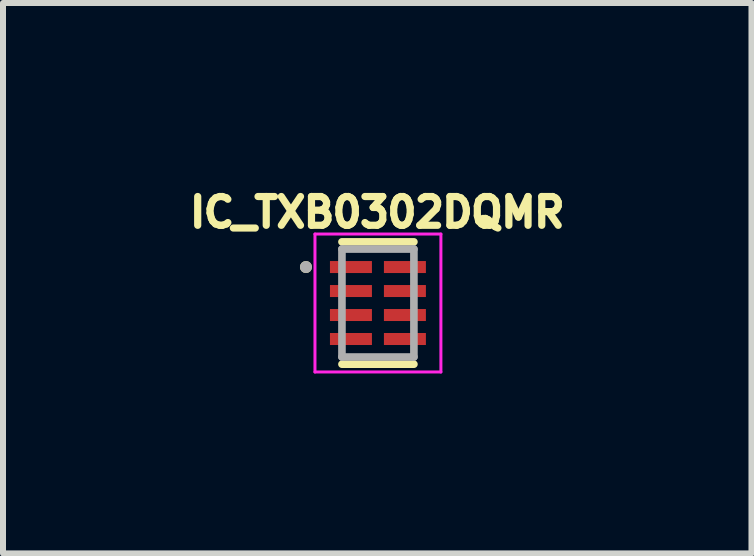
<source format=kicad_pcb>
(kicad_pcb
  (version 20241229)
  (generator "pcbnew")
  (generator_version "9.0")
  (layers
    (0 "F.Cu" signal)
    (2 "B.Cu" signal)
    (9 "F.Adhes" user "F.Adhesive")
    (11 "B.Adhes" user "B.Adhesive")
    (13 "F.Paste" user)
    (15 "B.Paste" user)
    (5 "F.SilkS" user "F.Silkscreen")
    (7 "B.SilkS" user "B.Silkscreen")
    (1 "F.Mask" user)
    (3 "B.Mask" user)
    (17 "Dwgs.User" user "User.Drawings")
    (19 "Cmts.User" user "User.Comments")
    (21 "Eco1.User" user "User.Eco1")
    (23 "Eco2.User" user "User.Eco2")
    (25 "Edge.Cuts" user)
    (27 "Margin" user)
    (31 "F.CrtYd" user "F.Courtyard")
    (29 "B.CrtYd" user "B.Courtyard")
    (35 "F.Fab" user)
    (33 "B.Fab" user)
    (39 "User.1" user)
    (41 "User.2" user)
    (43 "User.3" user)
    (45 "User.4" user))
  (footprint "IC_TXB0302DQMR"
    (layer "F.Cu")
    (at 3.252 2.003)
    (property "Reference" "IC_TXB0302DQMR" (at -0.011 -1.512 0) (layer "F.SilkS") (effects (font (size 0.48 0.48) (thickness 0.15))))
    (attr smd)
    (fp_poly (pts (xy -0.85 -0.75) (xy -0.05 -0.75) (xy -0.05 -0.45) (xy -0.85 -0.45)) (stroke (width 0.01) (type solid)) (fill yes) (layer "F.Mask"))
    (fp_poly (pts (xy -0.85 -0.35) (xy -0.05 -0.35) (xy -0.05 -0.05) (xy -0.85 -0.05)) (stroke (width 0.01) (type solid)) (fill yes) (layer "F.Mask"))
    (fp_poly (pts (xy -0.85 0.05) (xy -0.05 0.05) (xy -0.05 0.35) (xy -0.85 0.35)) (stroke (width 0.01) (type solid)) (fill yes) (layer "F.Mask"))
    (fp_poly (pts (xy -0.85 0.45) (xy -0.05 0.45) (xy -0.05 0.75) (xy -0.85 0.75)) (stroke (width 0.01) (type solid)) (fill yes) (layer "F.Mask"))
    (fp_poly (pts (xy 0.05 -0.75) (xy 0.85 -0.75) (xy 0.85 -0.45) (xy 0.05 -0.45)) (stroke (width 0.01) (type solid)) (fill yes) (layer "F.Mask"))
    (fp_poly (pts (xy 0.05 -0.35) (xy 0.85 -0.35) (xy 0.85 -0.05) (xy 0.05 -0.05)) (stroke (width 0.01) (type solid)) (fill yes) (layer "F.Mask"))
    (fp_poly (pts (xy 0.05 0.05) (xy 0.85 0.05) (xy 0.85 0.35) (xy 0.05 0.35)) (stroke (width 0.01) (type solid)) (fill yes) (layer "F.Mask"))
    (fp_poly (pts (xy 0.05 0.45) (xy 0.85 0.45) (xy 0.85 0.75) (xy 0.05 0.75)) (stroke (width 0.01) (type solid)) (fill yes) (layer "F.Mask"))
    (fp_line (start -0.6 -1.02) (end 0.6 -1.02) (stroke (width 0.127) (type solid)) (layer "F.SilkS"))
    (fp_line (start -0.6 1.02) (end 0.6 1.02) (stroke (width 0.127) (type solid)) (layer "F.SilkS"))
    (fp_circle (center -1.2 -0.6) (end -1.15 -0.6) (stroke (width 0.1) (type solid)) (fill no) (layer "F.SilkS"))
    (fp_line (start -1.05 -1.15) (end -1.05 1.15) (stroke (width 0.05) (type solid)) (layer "F.CrtYd"))
    (fp_line (start -1.05 -1.15) (end 1.05 -1.15) (stroke (width 0.05) (type solid)) (layer "F.CrtYd"))
    (fp_line (start -1.05 1.15) (end 1.05 1.15) (stroke (width 0.05) (type solid)) (layer "F.CrtYd"))
    (fp_line (start 1.05 -1.15) (end 1.05 1.15) (stroke (width 0.05) (type solid)) (layer "F.CrtYd"))
    (fp_line (start -0.6 -0.9) (end -0.6 0.9) (stroke (width 0.127) (type solid)) (layer "F.Fab"))
    (fp_line (start -0.6 -0.9) (end 0.6 -0.9) (stroke (width 0.127) (type solid)) (layer "F.Fab"))
    (fp_line (start -0.6 0.9) (end 0.6 0.9) (stroke (width 0.127) (type solid)) (layer "F.Fab"))
    (fp_line (start 0.6 -0.9) (end 0.6 0.9) (stroke (width 0.127) (type solid)) (layer "F.Fab"))
    (fp_circle (center -1.2 -0.6) (end -1.15 -0.6) (stroke (width 0.1) (type solid)) (fill no) (layer "F.Fab"))
    (pad "1" smd rect (at -0.45 -0.6) (size 0.7 0.2) (layers "F.Cu" "F.Paste"))
    (pad "2" smd rect (at -0.45 -0.2) (size 0.7 0.2) (layers "F.Cu" "F.Paste"))
    (pad "3" smd rect (at -0.45 0.2) (size 0.7 0.2) (layers "F.Cu" "F.Paste"))
    (pad "4" smd rect (at -0.45 0.6) (size 0.7 0.2) (layers "F.Cu" "F.Paste"))
    (pad "5" smd rect (at 0.45 0.6) (size 0.7 0.2) (layers "F.Cu" "F.Paste"))
    (pad "6" smd rect (at 0.45 0.2) (size 0.7 0.2) (layers "F.Cu" "F.Paste"))
    (pad "7" smd rect (at 0.45 -0.2) (size 0.7 0.2) (layers "F.Cu" "F.Paste"))
    (pad "8" smd rect (at 0.45 -0.6) (size 0.7 0.2) (layers "F.Cu" "F.Paste")))
  (gr_rect
    (start -3 -3)
    (end 9.481 6.178)
    (stroke (width 0.1) (type default))
    (fill no)
    (layer "Edge.Cuts")))
</source>
